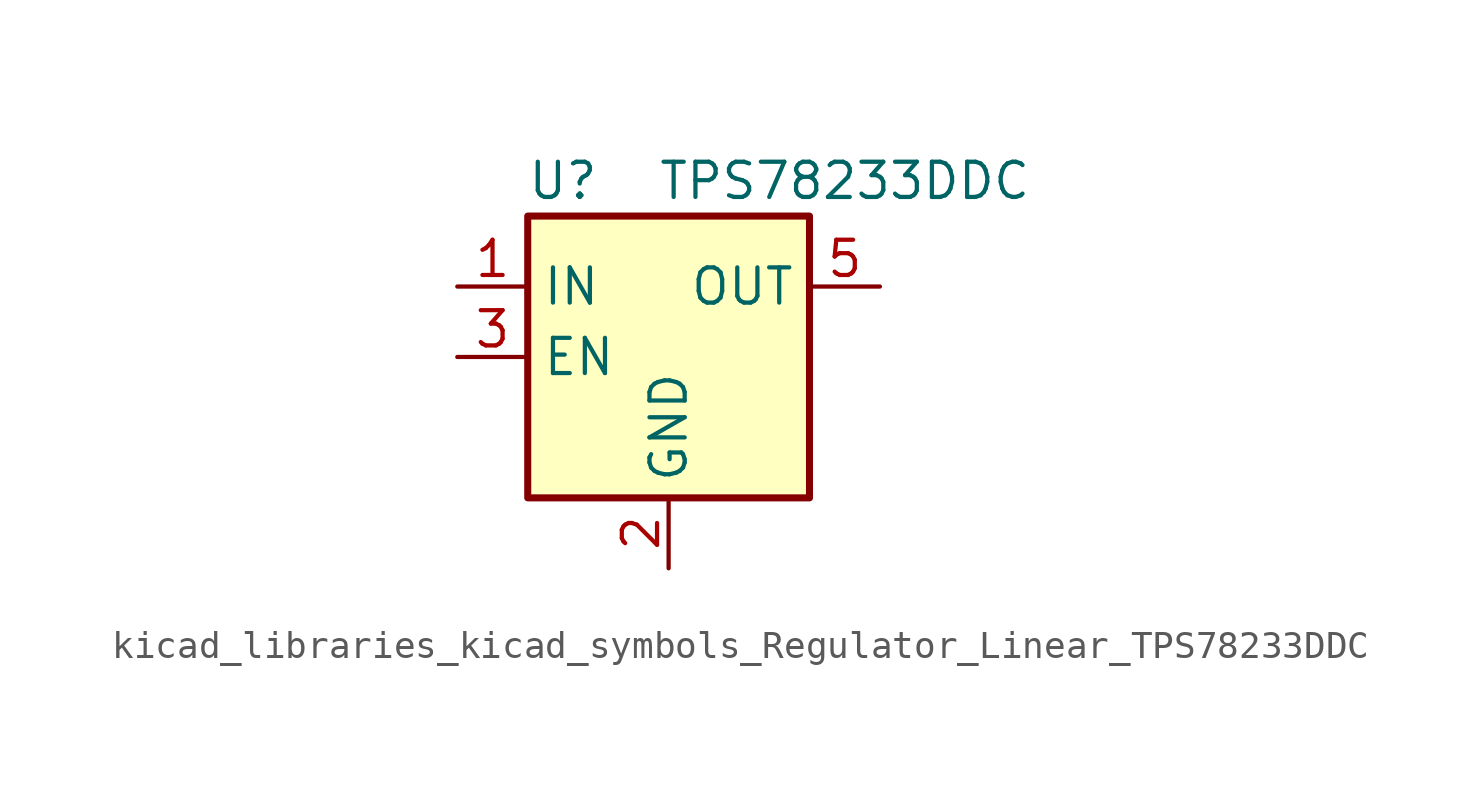
<source format=kicad_sym>
(kicad_symbol_lib
  (version 20220914)
  (generator kicad_symbol_editor)
  (symbol "kicad_libraries_kicad_symbols_Regulator_Linear_TPS78233DDC"
    (property "Reference" "U"
      (at -3.81 6.35 0)
      (effects (font (size 1.27 1.27))))
    (property "Value" "TPS78233DDC"
      (at 6.35 6.35 0)
      (effects (font (size 1.27 1.27))))
    (symbol "kicad_libraries_kicad_symbols_Regulator_Linear_TPS78233DDC_0_1"
      (rectangle (start -5.08 -5.08) (end 5.08 5.08) (stroke (width 0.254) (type default)) (fill (type background)))
      (pin power_in line (at -7.62 2.54 0) (length 2.54) (name "IN" (effects (font (size 1.27 1.27)))) (number "1" (effects (font (size 1.27 1.27)))))
      (pin power_in line (at 0 -7.62 90) (length 2.54) (name "GND" (effects (font (size 1.27 1.27)))) (number "2" (effects (font (size 1.27 1.27)))))
      (pin input line (at -7.62 0 0) (length 2.54) (name "EN" (effects (font (size 1.27 1.27)))) (number "3" (effects (font (size 1.27 1.27)))))
      (pin power_out line (at 7.62 2.54 180) (length 2.54) (name "OUT" (effects (font (size 1.27 1.27)))) (number "5" (effects (font (size 1.27 1.27))))))
    (symbol "kicad_libraries_kicad_symbols_Regulator_Linear_TPS78233DDC_1_1"
      (pin passive line (at 0 -7.62 90) (length 2.54) hide (name "GND" (effects (font (size 1.27 1.27)))) (number "4" (effects (font (size 1.27 1.27))))))))
</source>
